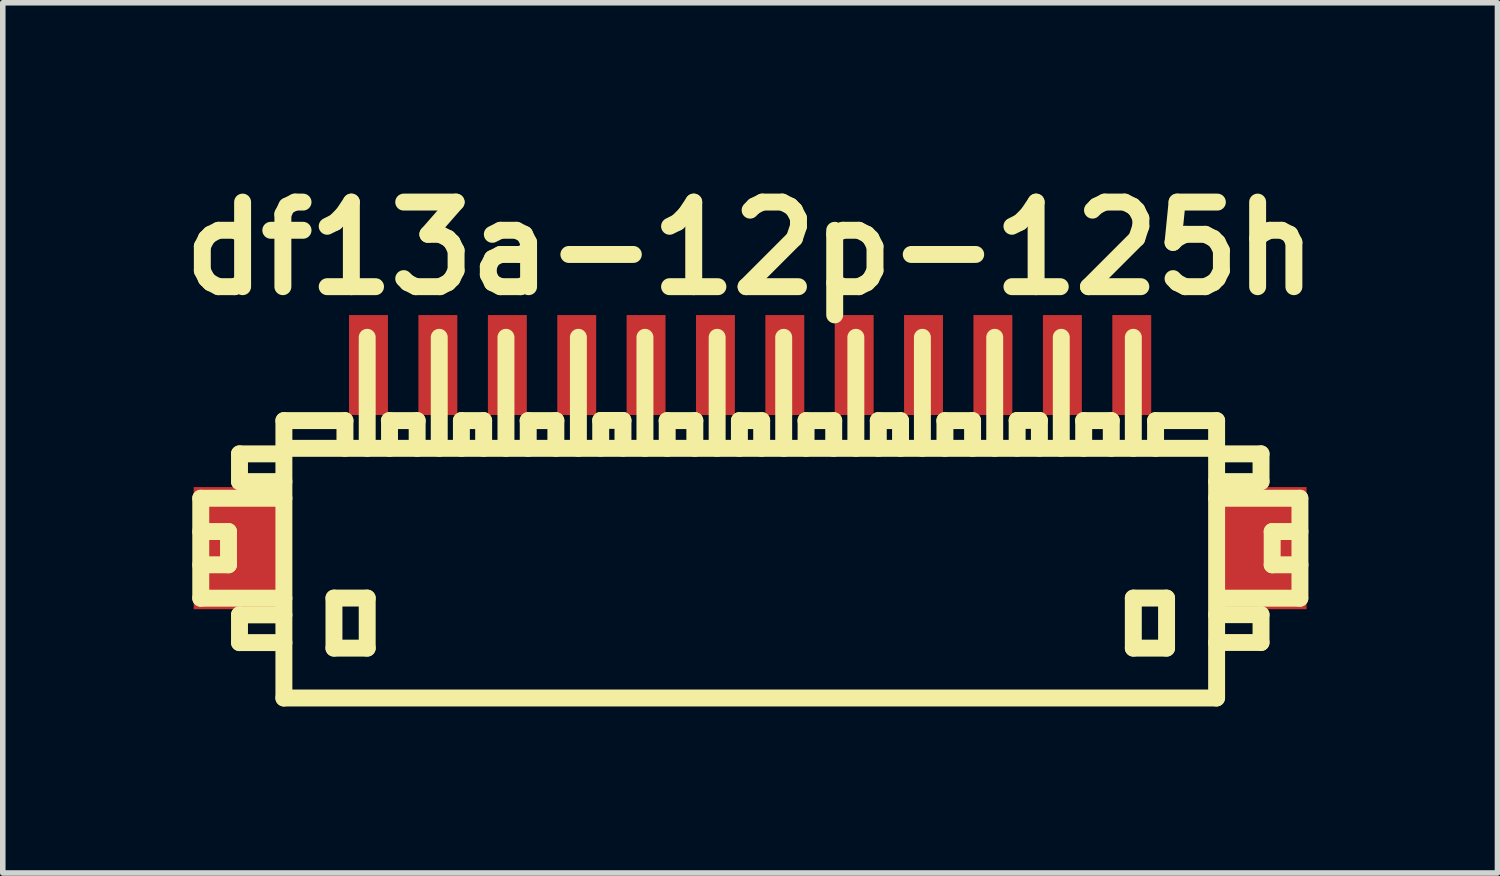
<source format=kicad_pcb>
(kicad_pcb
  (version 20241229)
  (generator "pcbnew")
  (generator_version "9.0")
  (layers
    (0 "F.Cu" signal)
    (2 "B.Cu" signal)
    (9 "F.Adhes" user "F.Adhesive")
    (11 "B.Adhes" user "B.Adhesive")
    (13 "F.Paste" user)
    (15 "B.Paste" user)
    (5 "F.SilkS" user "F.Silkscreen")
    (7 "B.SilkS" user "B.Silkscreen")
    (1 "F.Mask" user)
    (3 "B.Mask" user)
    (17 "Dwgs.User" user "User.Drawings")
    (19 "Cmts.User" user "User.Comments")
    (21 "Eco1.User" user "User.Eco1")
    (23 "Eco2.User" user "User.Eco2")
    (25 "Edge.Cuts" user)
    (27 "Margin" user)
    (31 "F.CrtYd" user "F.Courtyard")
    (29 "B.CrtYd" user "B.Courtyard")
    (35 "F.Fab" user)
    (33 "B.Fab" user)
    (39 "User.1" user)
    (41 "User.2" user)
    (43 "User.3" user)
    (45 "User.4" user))
  (footprint "df13a-12p-125h"
    (layer "F.Cu")
    (at 10.465 7.027)
    (property "Reference" "df13a-12p-125h" (at 0 -5.601 0) (layer "F.SilkS") (effects (font (size 1.524 1.524) (thickness 0.305))))
    (attr through_hole)
    (fp_line (start -9.898 -1.1) (end -9.898 0.701) (stroke (width 0.305) (type solid)) (layer "F.SilkS"))
    (fp_line (start -9.898 0.701) (end -8.4 0.701) (stroke (width 0.305) (type solid)) (layer "F.SilkS"))
    (fp_line (start -9.398 -0.5) (end -9.898 -0.5) (stroke (width 0.305) (type solid)) (layer "F.SilkS"))
    (fp_line (start -9.398 0.099) (end -9.898 0.099) (stroke (width 0.305) (type solid)) (layer "F.SilkS"))
    (fp_line (start -9.398 0.099) (end -9.398 -0.5) (stroke (width 0.305) (type solid)) (layer "F.SilkS"))
    (fp_line (start -9.2 -1.9) (end -9.2 -1.4) (stroke (width 0.305) (type solid)) (layer "F.SilkS"))
    (fp_line (start -9.2 -1.9) (end -8.4 -1.9) (stroke (width 0.305) (type solid)) (layer "F.SilkS"))
    (fp_line (start -9.2 1.001) (end -9.2 1.501) (stroke (width 0.305) (type solid)) (layer "F.SilkS"))
    (fp_line (start -9.2 1.501) (end -8.4 1.501) (stroke (width 0.305) (type solid)) (layer "F.SilkS"))
    (fp_line (start -8.4 -1.4) (end -9.2 -1.4) (stroke (width 0.305) (type solid)) (layer "F.SilkS"))
    (fp_line (start -8.4 -1.1) (end -9.898 -1.1) (stroke (width 0.305) (type solid)) (layer "F.SilkS"))
    (fp_line (start -8.4 1.001) (end -9.2 1.001) (stroke (width 0.305) (type solid)) (layer "F.SilkS"))
    (fp_line (start -8.4 2.499) (end -8.4 -2.499) (stroke (width 0.305) (type solid)) (layer "F.SilkS"))
    (fp_line (start -7.498 0.699) (end -7.498 1.6) (stroke (width 0.305) (type solid)) (layer "F.SilkS"))
    (fp_line (start -7.498 1.6) (end -6.899 1.6) (stroke (width 0.305) (type solid)) (layer "F.SilkS"))
    (fp_line (start -7.3 -2.499) (end -8.4 -2.499) (stroke (width 0.305) (type solid)) (layer "F.SilkS"))
    (fp_line (start -7.3 -2.499) (end -7.3 -1.999) (stroke (width 0.305) (type solid)) (layer "F.SilkS"))
    (fp_line (start -6.899 -4) (end -6.899 -1.999) (stroke (width 0.305) (type solid)) (layer "F.SilkS"))
    (fp_line (start -6.899 0.699) (end -7.498 0.699) (stroke (width 0.305) (type solid)) (layer "F.SilkS"))
    (fp_line (start -6.899 1.6) (end -6.899 0.699) (stroke (width 0.305) (type solid)) (layer "F.SilkS"))
    (fp_line (start -6.5 -2.499) (end -5.999 -2.499) (stroke (width 0.305) (type solid)) (layer "F.SilkS"))
    (fp_line (start -6.497 -1.999) (end -6.497 -2.499) (stroke (width 0.305) (type solid)) (layer "F.SilkS"))
    (fp_line (start -5.999 -2.499) (end -5.999 -1.999) (stroke (width 0.305) (type solid)) (layer "F.SilkS"))
    (fp_line (start -5.601 -1.999) (end -5.601 -4) (stroke (width 0.305) (type solid)) (layer "F.SilkS"))
    (fp_line (start -5.202 -2.499) (end -5.202 -1.999) (stroke (width 0.305) (type solid)) (layer "F.SilkS"))
    (fp_line (start -4.801 -2.499) (end -5.202 -2.499) (stroke (width 0.305) (type solid)) (layer "F.SilkS"))
    (fp_line (start -4.801 -2.499) (end -4.801 -1.999) (stroke (width 0.305) (type solid)) (layer "F.SilkS"))
    (fp_line (start -4.399 -1.999) (end -4.399 -4) (stroke (width 0.305) (type solid)) (layer "F.SilkS"))
    (fp_line (start -4 -2.499) (end -3.5 -2.499) (stroke (width 0.305) (type solid)) (layer "F.SilkS"))
    (fp_line (start -3.998 -1.999) (end -3.998 -2.499) (stroke (width 0.305) (type solid)) (layer "F.SilkS"))
    (fp_line (start -3.5 -2.499) (end -3.5 -1.999) (stroke (width 0.305) (type solid)) (layer "F.SilkS"))
    (fp_line (start -3.094 -1.999) (end -3.094 -4) (stroke (width 0.305) (type solid)) (layer "F.SilkS"))
    (fp_line (start -2.692 -2.502) (end -2.692 -2.002) (stroke (width 0.305) (type solid)) (layer "F.SilkS"))
    (fp_line (start -2.291 -2.502) (end -2.692 -2.502) (stroke (width 0.305) (type solid)) (layer "F.SilkS"))
    (fp_line (start -2.291 -2.502) (end -2.291 -2.002) (stroke (width 0.305) (type solid)) (layer "F.SilkS"))
    (fp_line (start -1.895 -1.999) (end -1.895 -4) (stroke (width 0.305) (type solid)) (layer "F.SilkS"))
    (fp_line (start -1.496 -2.499) (end -0.996 -2.499) (stroke (width 0.305) (type solid)) (layer "F.SilkS"))
    (fp_line (start -1.494 -1.999) (end -1.494 -2.499) (stroke (width 0.305) (type solid)) (layer "F.SilkS"))
    (fp_line (start -0.996 -2.499) (end -0.996 -1.999) (stroke (width 0.305) (type solid)) (layer "F.SilkS"))
    (fp_line (start -0.594 -1.999) (end -0.594 -4) (stroke (width 0.305) (type solid)) (layer "F.SilkS"))
    (fp_line (start -0.193 -2.499) (end -0.193 -1.999) (stroke (width 0.305) (type solid)) (layer "F.SilkS"))
    (fp_line (start 0.208 -2.499) (end -0.193 -2.499) (stroke (width 0.305) (type solid)) (layer "F.SilkS"))
    (fp_line (start 0.208 -2.499) (end 0.208 -1.999) (stroke (width 0.305) (type solid)) (layer "F.SilkS"))
    (fp_line (start 0.605 -1.999) (end 0.605 -4) (stroke (width 0.305) (type solid)) (layer "F.SilkS"))
    (fp_line (start 1.006 -2.499) (end 1.506 -2.499) (stroke (width 0.305) (type solid)) (layer "F.SilkS"))
    (fp_line (start 1.008 -1.999) (end 1.008 -2.499) (stroke (width 0.305) (type solid)) (layer "F.SilkS"))
    (fp_line (start 1.506 -2.499) (end 1.506 -1.999) (stroke (width 0.305) (type solid)) (layer "F.SilkS"))
    (fp_line (start 1.905 -1.999) (end 1.905 -4) (stroke (width 0.305) (type solid)) (layer "F.SilkS"))
    (fp_line (start 2.309 -2.499) (end 2.309 -1.999) (stroke (width 0.305) (type solid)) (layer "F.SilkS"))
    (fp_line (start 2.71 -2.499) (end 2.309 -2.499) (stroke (width 0.305) (type solid)) (layer "F.SilkS"))
    (fp_line (start 2.71 -2.499) (end 2.71 -1.999) (stroke (width 0.305) (type solid)) (layer "F.SilkS"))
    (fp_line (start 3.104 -1.999) (end 3.104 -4) (stroke (width 0.305) (type solid)) (layer "F.SilkS"))
    (fp_line (start 3.508 -2.499) (end 4.008 -2.499) (stroke (width 0.305) (type solid)) (layer "F.SilkS"))
    (fp_line (start 3.51 -1.999) (end 3.51 -2.499) (stroke (width 0.305) (type solid)) (layer "F.SilkS"))
    (fp_line (start 4.008 -2.499) (end 4.008 -1.999) (stroke (width 0.305) (type solid)) (layer "F.SilkS"))
    (fp_line (start 4.407 -1.999) (end 4.407 -4) (stroke (width 0.305) (type solid)) (layer "F.SilkS"))
    (fp_line (start 4.811 -2.502) (end 4.811 -2.002) (stroke (width 0.305) (type solid)) (layer "F.SilkS"))
    (fp_line (start 5.212 -2.502) (end 4.811 -2.502) (stroke (width 0.305) (type solid)) (layer "F.SilkS"))
    (fp_line (start 5.212 -2.502) (end 5.212 -2.002) (stroke (width 0.305) (type solid)) (layer "F.SilkS"))
    (fp_line (start 5.606 -1.999) (end 5.606 -4) (stroke (width 0.305) (type solid)) (layer "F.SilkS"))
    (fp_line (start 6.007 -2.499) (end 6.507 -2.499) (stroke (width 0.305) (type solid)) (layer "F.SilkS"))
    (fp_line (start 6.01 -1.999) (end 6.01 -2.499) (stroke (width 0.305) (type solid)) (layer "F.SilkS"))
    (fp_line (start 6.507 -2.499) (end 6.507 -1.999) (stroke (width 0.305) (type solid)) (layer "F.SilkS"))
    (fp_line (start 6.904 -1.999) (end 6.904 -4) (stroke (width 0.305) (type solid)) (layer "F.SilkS"))
    (fp_line (start 6.904 0.699) (end 7.503 0.699) (stroke (width 0.305) (type solid)) (layer "F.SilkS"))
    (fp_line (start 6.904 1.6) (end 6.904 0.699) (stroke (width 0.305) (type solid)) (layer "F.SilkS"))
    (fp_line (start 7.305 -2.499) (end 7.305 -1.999) (stroke (width 0.305) (type solid)) (layer "F.SilkS"))
    (fp_line (start 7.503 0.699) (end 7.503 1.6) (stroke (width 0.305) (type solid)) (layer "F.SilkS"))
    (fp_line (start 7.503 1.6) (end 6.904 1.6) (stroke (width 0.305) (type solid)) (layer "F.SilkS"))
    (fp_line (start 8.4 -1.999) (end -8.4 -1.999) (stroke (width 0.305) (type solid)) (layer "F.SilkS"))
    (fp_line (start 8.4 2.499) (end -8.4 2.499) (stroke (width 0.305) (type solid)) (layer "F.SilkS"))
    (fp_line (start 8.405 -2.499) (end 7.305 -2.499) (stroke (width 0.305) (type solid)) (layer "F.SilkS"))
    (fp_line (start 8.405 -2.499) (end 8.405 2.499) (stroke (width 0.305) (type solid)) (layer "F.SilkS"))
    (fp_line (start 8.405 -1.9) (end 9.205 -1.9) (stroke (width 0.305) (type solid)) (layer "F.SilkS"))
    (fp_line (start 8.405 0.998) (end 9.205 0.998) (stroke (width 0.305) (type solid)) (layer "F.SilkS"))
    (fp_line (start 9.205 -1.9) (end 9.205 -1.4) (stroke (width 0.305) (type solid)) (layer "F.SilkS"))
    (fp_line (start 9.205 -1.4) (end 8.405 -1.4) (stroke (width 0.305) (type solid)) (layer "F.SilkS"))
    (fp_line (start 9.205 0.998) (end 9.205 1.499) (stroke (width 0.305) (type solid)) (layer "F.SilkS"))
    (fp_line (start 9.205 1.499) (end 8.405 1.499) (stroke (width 0.305) (type solid)) (layer "F.SilkS"))
    (fp_line (start 9.406 0.099) (end 9.406 -0.5) (stroke (width 0.305) (type solid)) (layer "F.SilkS"))
    (fp_line (start 9.903 -1.1) (end 8.405 -1.1) (stroke (width 0.305) (type solid)) (layer "F.SilkS"))
    (fp_line (start 9.903 0.701) (end 8.504 0.701) (stroke (width 0.305) (type solid)) (layer "F.SilkS"))
    (fp_line (start 9.906 -1.1) (end 9.906 0.701) (stroke (width 0.305) (type solid)) (layer "F.SilkS"))
    (fp_line (start 9.906 -0.5) (end 9.406 -0.5) (stroke (width 0.305) (type solid)) (layer "F.SilkS"))
    (fp_line (start 9.906 0.099) (end 9.406 0.099) (stroke (width 0.305) (type solid)) (layer "F.SilkS"))
    (pad "" smd rect (at -9.225 -0.201) (size 1.6 2.2) (layers "F.Cu" "F.Mask" "F.Paste"))
    (pad "" smd rect (at 9.225 -0.201) (size 1.6 2.2) (layers "F.Cu" "F.Mask" "F.Paste"))
    (pad "1" smd rect (at 6.876 -3.5) (size 0.701 1.801) (layers "F.Cu" "F.Mask" "F.Paste"))
    (pad "2" smd rect (at 5.626 -3.5) (size 0.701 1.801) (layers "F.Cu" "F.Mask" "F.Paste"))
    (pad "3" smd rect (at 4.374 -3.5) (size 0.701 1.801) (layers "F.Cu" "F.Mask" "F.Paste"))
    (pad "4" smd rect (at 3.124 -3.5) (size 0.701 1.801) (layers "F.Cu" "F.Mask" "F.Paste"))
    (pad "5" smd rect (at 1.875 -3.5) (size 0.701 1.801) (layers "F.Cu" "F.Mask" "F.Paste"))
    (pad "6" smd rect (at 0.625 -3.5) (size 0.701 1.801) (layers "F.Cu" "F.Mask" "F.Paste"))
    (pad "7" smd rect (at -0.625 -3.5) (size 0.701 1.801) (layers "F.Cu" "F.Mask" "F.Paste"))
    (pad "8" smd rect (at -1.875 -3.5) (size 0.701 1.801) (layers "F.Cu" "F.Mask" "F.Paste"))
    (pad "9" smd rect (at -3.124 -3.5) (size 0.701 1.801) (layers "F.Cu" "F.Mask" "F.Paste"))
    (pad "10" smd rect (at -4.374 -3.5) (size 0.701 1.801) (layers "F.Cu" "F.Mask" "F.Paste"))
    (pad "11" smd rect (at -5.626 -3.5) (size 0.701 1.801) (layers "F.Cu" "F.Mask" "F.Paste"))
    (pad "12" smd rect (at -6.876 -3.5) (size 0.701 1.801) (layers "F.Cu" "F.Mask" "F.Paste")))
  (gr_rect
    (start -3 -3)
    (end 23.93 12.679)
    (stroke (width 0.1) (type default))
    (fill no)
    (layer "Edge.Cuts")))
</source>
